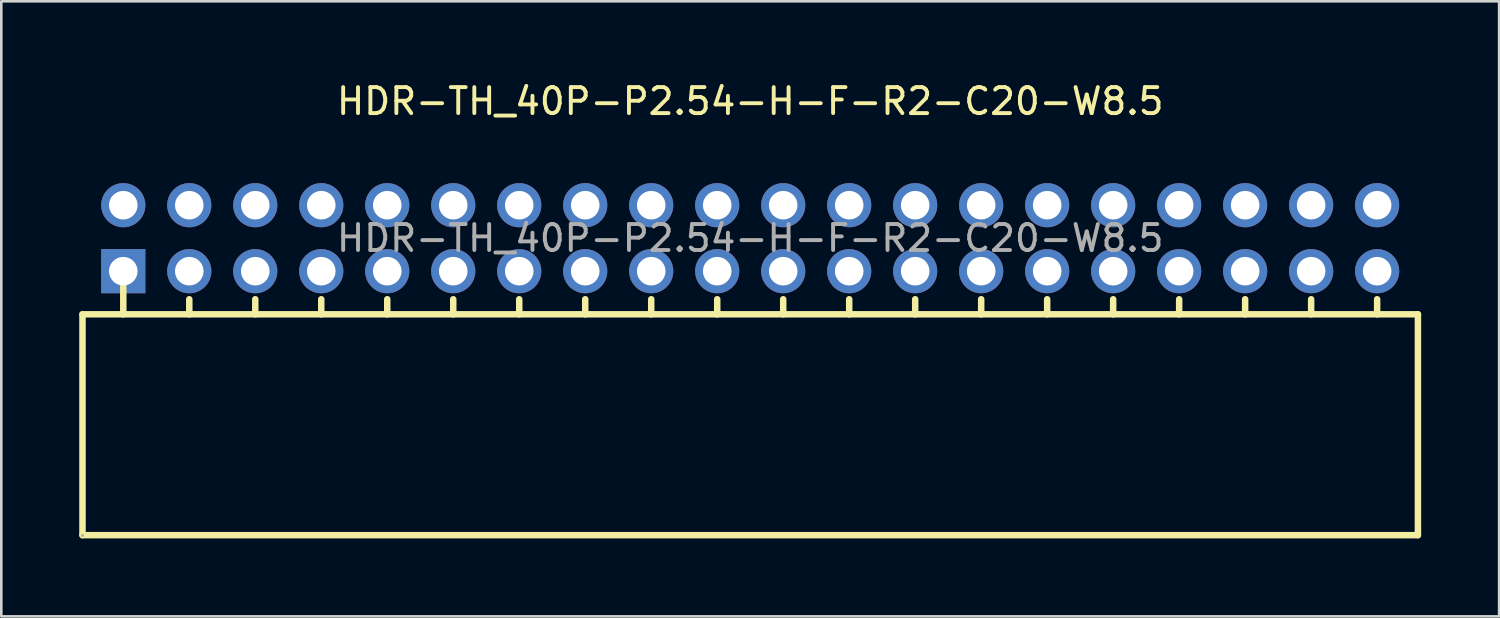
<source format=kicad_pcb>
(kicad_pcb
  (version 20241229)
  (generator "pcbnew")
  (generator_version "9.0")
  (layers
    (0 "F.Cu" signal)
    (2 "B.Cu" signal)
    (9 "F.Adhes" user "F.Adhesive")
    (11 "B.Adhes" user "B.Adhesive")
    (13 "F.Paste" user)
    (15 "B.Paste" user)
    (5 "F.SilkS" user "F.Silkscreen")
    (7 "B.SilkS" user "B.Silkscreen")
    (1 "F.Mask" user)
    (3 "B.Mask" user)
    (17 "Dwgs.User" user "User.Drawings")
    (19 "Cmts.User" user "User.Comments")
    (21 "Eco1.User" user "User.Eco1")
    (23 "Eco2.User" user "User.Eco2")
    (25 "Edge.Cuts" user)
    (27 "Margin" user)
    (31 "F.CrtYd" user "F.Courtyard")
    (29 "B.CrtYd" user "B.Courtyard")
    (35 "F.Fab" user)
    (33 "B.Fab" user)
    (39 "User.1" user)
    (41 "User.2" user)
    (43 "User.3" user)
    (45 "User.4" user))
  (footprint "HDR-TH_40P-P2.54-H-F-R2-C20-W8.5"
    (layer "F.Cu")
    (at 25.825 6.118)
    (property "Reference" "HDR-TH_40P-P2.54-H-F-R2-C20-W8.5" (at 0 -5.27 0) (layer "F.SilkS") (effects (font (size 1 1) (thickness 0.15))))
    (attr through_hole)
    (fp_line (start -25.7 2.93) (end 25.7 2.93) (stroke (width 0.25) (type solid)) (layer "F.SilkS"))
    (fp_line (start -25.7 11.43) (end -25.7 2.93) (stroke (width 0.25) (type solid)) (layer "F.SilkS"))
    (fp_line (start -25.7 11.43) (end 25.7 11.43) (stroke (width 0.25) (type solid)) (layer "F.SilkS"))
    (fp_line (start -24.13 1.4) (end -24.13 2.93) (stroke (width 0.25) (type solid)) (layer "F.SilkS"))
    (fp_line (start -21.59 2.35) (end -21.59 2.93) (stroke (width 0.25) (type solid)) (layer "F.SilkS"))
    (fp_line (start -19.05 2.35) (end -19.05 2.93) (stroke (width 0.25) (type solid)) (layer "F.SilkS"))
    (fp_line (start -16.51 2.35) (end -16.51 2.93) (stroke (width 0.25) (type solid)) (layer "F.SilkS"))
    (fp_line (start -13.97 2.35) (end -13.97 2.93) (stroke (width 0.25) (type solid)) (layer "F.SilkS"))
    (fp_line (start -11.43 2.35) (end -11.43 2.93) (stroke (width 0.25) (type solid)) (layer "F.SilkS"))
    (fp_line (start -8.89 2.35) (end -8.89 2.93) (stroke (width 0.25) (type solid)) (layer "F.SilkS"))
    (fp_line (start -6.35 2.35) (end -6.35 2.93) (stroke (width 0.25) (type solid)) (layer "F.SilkS"))
    (fp_line (start -3.81 2.35) (end -3.81 2.93) (stroke (width 0.25) (type solid)) (layer "F.SilkS"))
    (fp_line (start -1.27 2.35) (end -1.27 2.93) (stroke (width 0.25) (type solid)) (layer "F.SilkS"))
    (fp_line (start 1.27 2.35) (end 1.27 2.93) (stroke (width 0.25) (type solid)) (layer "F.SilkS"))
    (fp_line (start 3.81 2.35) (end 3.81 2.93) (stroke (width 0.25) (type solid)) (layer "F.SilkS"))
    (fp_line (start 6.35 2.35) (end 6.35 2.93) (stroke (width 0.25) (type solid)) (layer "F.SilkS"))
    (fp_line (start 8.89 2.35) (end 8.89 2.93) (stroke (width 0.25) (type solid)) (layer "F.SilkS"))
    (fp_line (start 11.43 2.35) (end 11.43 2.93) (stroke (width 0.25) (type solid)) (layer "F.SilkS"))
    (fp_line (start 13.97 2.35) (end 13.97 2.93) (stroke (width 0.25) (type solid)) (layer "F.SilkS"))
    (fp_line (start 16.51 2.35) (end 16.51 2.93) (stroke (width 0.25) (type solid)) (layer "F.SilkS"))
    (fp_line (start 19.05 2.35) (end 19.05 2.93) (stroke (width 0.25) (type solid)) (layer "F.SilkS"))
    (fp_line (start 21.59 2.35) (end 21.59 2.93) (stroke (width 0.25) (type solid)) (layer "F.SilkS"))
    (fp_line (start 24.13 2.35) (end 24.13 2.93) (stroke (width 0.25) (type solid)) (layer "F.SilkS"))
    (fp_line (start 25.7 11.43) (end 25.7 2.93) (stroke (width 0.25) (type solid)) (layer "F.SilkS"))
    (fp_circle (center -25.7 11.44) (end -25.67 11.44) (stroke (width 0.06) (type solid)) (fill no) (layer "F.Fab"))
    (fp_text user "${REFERENCE}" (at 0 0 0) (layer "F.Fab") (effects (font (size 1 1) (thickness 0.15))))
    (pad "1" thru_hole rect (at -24.13 1.27 180) (size 1.7 1.7) (drill 1.1) (layers "*.Cu" "*.Mask"))
    (pad "2" thru_hole circle (at -24.13 -1.27 180) (size 1.7 1.7) (drill 1.1) (layers "*.Cu" "*.Mask"))
    (pad "3" thru_hole circle (at -21.59 1.27 180) (size 1.7 1.7) (drill 1.1) (layers "*.Cu" "*.Mask"))
    (pad "4" thru_hole circle (at -21.59 -1.27 180) (size 1.7 1.7) (drill 1.1) (layers "*.Cu" "*.Mask"))
    (pad "5" thru_hole circle (at -19.05 1.27 180) (size 1.7 1.7) (drill 1.1) (layers "*.Cu" "*.Mask"))
    (pad "6" thru_hole circle (at -19.05 -1.27 180) (size 1.7 1.7) (drill 1.1) (layers "*.Cu" "*.Mask"))
    (pad "7" thru_hole circle (at -16.51 1.27 180) (size 1.7 1.7) (drill 1.1) (layers "*.Cu" "*.Mask"))
    (pad "8" thru_hole circle (at -16.51 -1.27 180) (size 1.7 1.7) (drill 1.1) (layers "*.Cu" "*.Mask"))
    (pad "9" thru_hole circle (at -13.97 1.27 180) (size 1.7 1.7) (drill 1.1) (layers "*.Cu" "*.Mask"))
    (pad "10" thru_hole circle (at -13.97 -1.27 180) (size 1.7 1.7) (drill 1.1) (layers "*.Cu" "*.Mask"))
    (pad "11" thru_hole circle (at -11.43 1.27 180) (size 1.7 1.7) (drill 1.1) (layers "*.Cu" "*.Mask"))
    (pad "12" thru_hole circle (at -11.43 -1.27 180) (size 1.7 1.7) (drill 1.1) (layers "*.Cu" "*.Mask"))
    (pad "13" thru_hole circle (at -8.89 1.27 180) (size 1.7 1.7) (drill 1.1) (layers "*.Cu" "*.Mask"))
    (pad "14" thru_hole circle (at -8.89 -1.27 180) (size 1.7 1.7) (drill 1.1) (layers "*.Cu" "*.Mask"))
    (pad "15" thru_hole circle (at -6.35 1.27 180) (size 1.7 1.7) (drill 1.1) (layers "*.Cu" "*.Mask"))
    (pad "16" thru_hole circle (at -6.35 -1.27 180) (size 1.7 1.7) (drill 1.1) (layers "*.Cu" "*.Mask"))
    (pad "17" thru_hole circle (at -3.81 1.27 180) (size 1.7 1.7) (drill 1.1) (layers "*.Cu" "*.Mask"))
    (pad "18" thru_hole circle (at -3.81 -1.27 180) (size 1.7 1.7) (drill 1.1) (layers "*.Cu" "*.Mask"))
    (pad "19" thru_hole circle (at -1.27 1.27 180) (size 1.7 1.7) (drill 1.1) (layers "*.Cu" "*.Mask"))
    (pad "20" thru_hole circle (at -1.27 -1.27 180) (size 1.7 1.7) (drill 1.1) (layers "*.Cu" "*.Mask"))
    (pad "21" thru_hole circle (at 1.27 1.27 180) (size 1.7 1.7) (drill 1.1) (layers "*.Cu" "*.Mask"))
    (pad "22" thru_hole circle (at 1.27 -1.27 180) (size 1.7 1.7) (drill 1.1) (layers "*.Cu" "*.Mask"))
    (pad "23" thru_hole circle (at 3.81 1.27 180) (size 1.7 1.7) (drill 1.1) (layers "*.Cu" "*.Mask"))
    (pad "24" thru_hole circle (at 3.81 -1.27 180) (size 1.7 1.7) (drill 1.1) (layers "*.Cu" "*.Mask"))
    (pad "25" thru_hole circle (at 6.35 1.27 180) (size 1.7 1.7) (drill 1.1) (layers "*.Cu" "*.Mask"))
    (pad "26" thru_hole circle (at 6.35 -1.27 180) (size 1.7 1.7) (drill 1.1) (layers "*.Cu" "*.Mask"))
    (pad "27" thru_hole circle (at 8.89 1.27 180) (size 1.7 1.7) (drill 1.1) (layers "*.Cu" "*.Mask"))
    (pad "28" thru_hole circle (at 8.89 -1.27 180) (size 1.7 1.7) (drill 1.1) (layers "*.Cu" "*.Mask"))
    (pad "29" thru_hole circle (at 11.43 1.27 180) (size 1.7 1.7) (drill 1.1) (layers "*.Cu" "*.Mask"))
    (pad "30" thru_hole circle (at 11.43 -1.27 180) (size 1.7 1.7) (drill 1.1) (layers "*.Cu" "*.Mask"))
    (pad "31" thru_hole circle (at 13.97 1.27 180) (size 1.7 1.7) (drill 1.1) (layers "*.Cu" "*.Mask"))
    (pad "32" thru_hole circle (at 13.97 -1.27 180) (size 1.7 1.7) (drill 1.1) (layers "*.Cu" "*.Mask"))
    (pad "33" thru_hole circle (at 16.51 1.27 180) (size 1.7 1.7) (drill 1.1) (layers "*.Cu" "*.Mask"))
    (pad "34" thru_hole circle (at 16.51 -1.27 180) (size 1.7 1.7) (drill 1.1) (layers "*.Cu" "*.Mask"))
    (pad "35" thru_hole circle (at 19.05 1.27 180) (size 1.7 1.7) (drill 1.1) (layers "*.Cu" "*.Mask"))
    (pad "36" thru_hole circle (at 19.05 -1.27 180) (size 1.7 1.7) (drill 1.1) (layers "*.Cu" "*.Mask"))
    (pad "37" thru_hole circle (at 21.59 1.27 180) (size 1.7 1.7) (drill 1.1) (layers "*.Cu" "*.Mask"))
    (pad "38" thru_hole circle (at 21.59 -1.27 180) (size 1.7 1.7) (drill 1.1) (layers "*.Cu" "*.Mask"))
    (pad "39" thru_hole circle (at 24.13 1.27 180) (size 1.7 1.7) (drill 1.1) (layers "*.Cu" "*.Mask"))
    (pad "40" thru_hole circle (at 24.13 -1.27 180) (size 1.7 1.7) (drill 1.1) (layers "*.Cu" "*.Mask")))
  (gr_rect
    (start -3 -3)
    (end 54.65 20.673)
    (stroke (width 0.1) (type default))
    (fill no)
    (layer "Edge.Cuts")))
</source>
